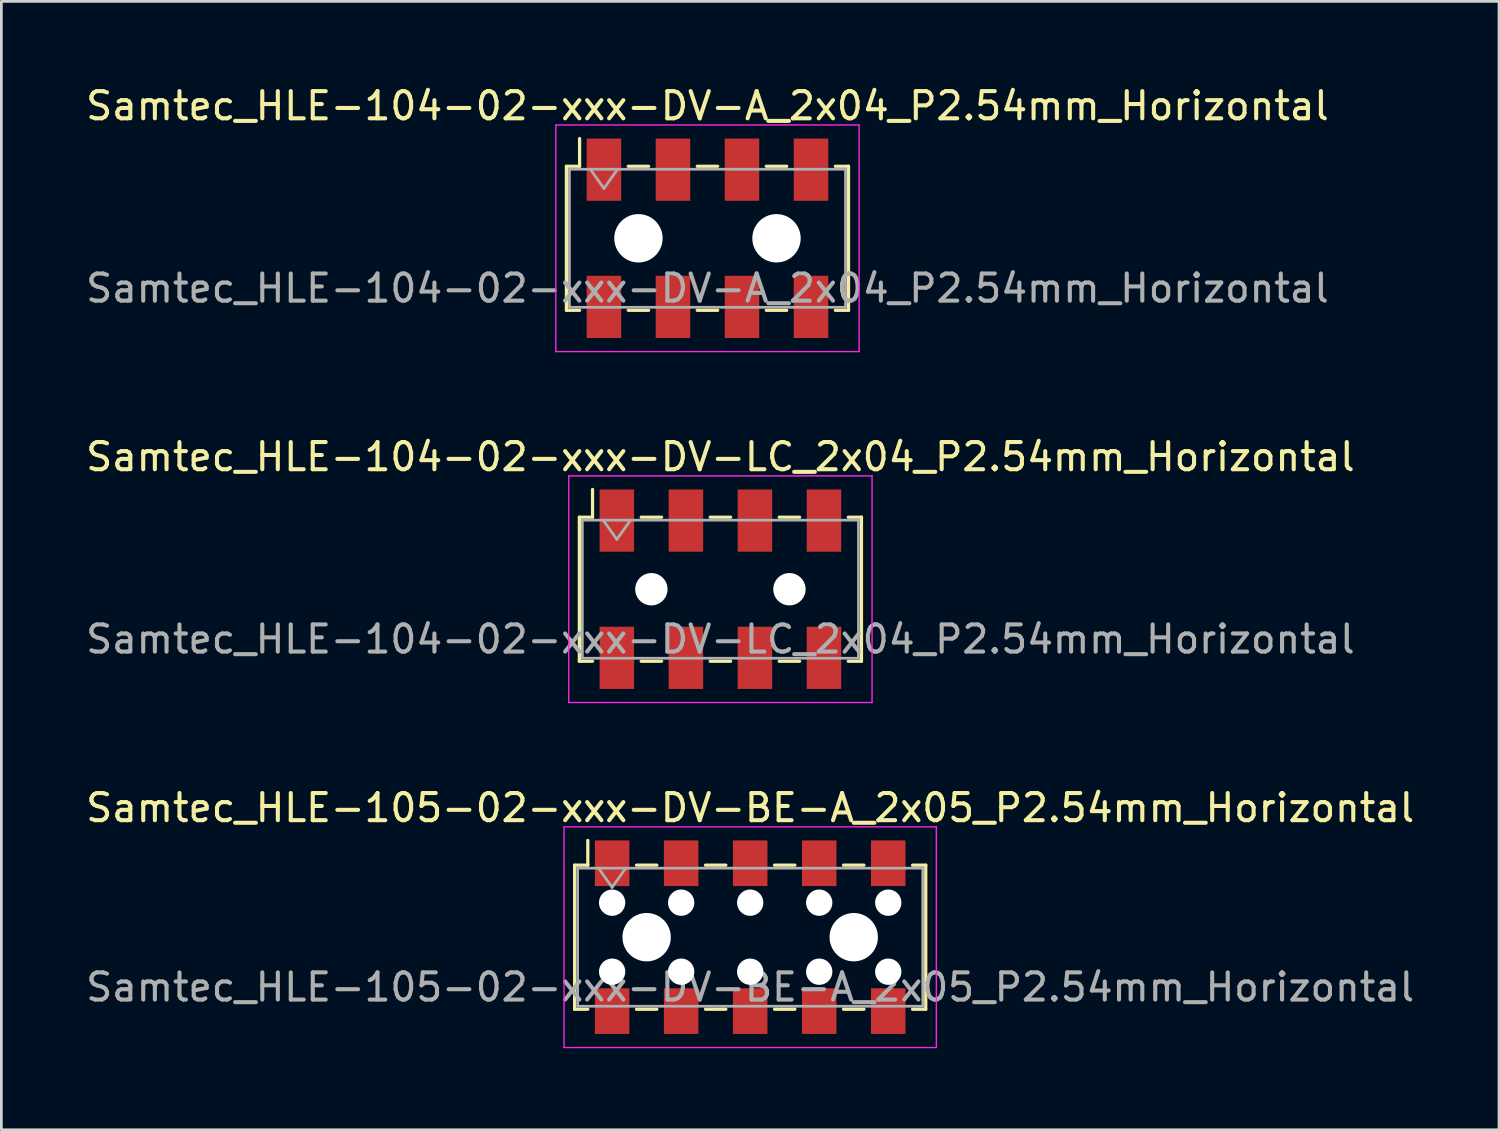
<source format=kicad_pcb>
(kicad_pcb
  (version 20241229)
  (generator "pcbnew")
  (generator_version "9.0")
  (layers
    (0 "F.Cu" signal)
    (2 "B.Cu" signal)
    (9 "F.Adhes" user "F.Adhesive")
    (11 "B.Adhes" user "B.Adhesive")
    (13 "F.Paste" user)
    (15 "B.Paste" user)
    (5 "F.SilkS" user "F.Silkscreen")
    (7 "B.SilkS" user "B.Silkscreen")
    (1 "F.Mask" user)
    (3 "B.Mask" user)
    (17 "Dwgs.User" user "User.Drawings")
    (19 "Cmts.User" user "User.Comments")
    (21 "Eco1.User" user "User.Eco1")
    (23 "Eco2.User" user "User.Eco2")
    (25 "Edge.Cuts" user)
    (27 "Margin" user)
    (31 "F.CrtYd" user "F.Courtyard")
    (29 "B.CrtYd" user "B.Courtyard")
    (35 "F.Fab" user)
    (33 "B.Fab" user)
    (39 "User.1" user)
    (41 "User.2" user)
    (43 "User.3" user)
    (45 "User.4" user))
  (footprint "Samtec_HLE-104-02-xxx-DV-LC_2x04_P2.54mm_Horizontal"
    (layer "F.Cu")
    (at 23.458 18.631)
    (property "Reference" "Samtec_HLE-104-02-xxx-DV-LC_2x04_P2.54mm_Horizontal" (at 0 -4.87 0) (layer "F.SilkS") (effects (font (size 1 1) (thickness 0.15))))
    (attr smd)
    (fp_line (start -5.19 -2.65) (end -5.19 2.65) (stroke (width 0.12) (type solid)) (layer "F.SilkS"))
    (fp_line (start -5.19 2.65) (end -4.705 2.65) (stroke (width 0.12) (type solid)) (layer "F.SilkS"))
    (fp_line (start -4.705 -3.67) (end -4.705 -2.65) (stroke (width 0.12) (type solid)) (layer "F.SilkS"))
    (fp_line (start -4.705 -2.65) (end -5.19 -2.65) (stroke (width 0.12) (type solid)) (layer "F.SilkS"))
    (fp_line (start -2.915 -2.65) (end -2.165 -2.65) (stroke (width 0.12) (type solid)) (layer "F.SilkS"))
    (fp_line (start -2.915 2.65) (end -2.165 2.65) (stroke (width 0.12) (type solid)) (layer "F.SilkS"))
    (fp_line (start -0.375 -2.65) (end 0.375 -2.65) (stroke (width 0.12) (type solid)) (layer "F.SilkS"))
    (fp_line (start -0.375 2.65) (end 0.375 2.65) (stroke (width 0.12) (type solid)) (layer "F.SilkS"))
    (fp_line (start 2.165 -2.65) (end 2.915 -2.65) (stroke (width 0.12) (type solid)) (layer "F.SilkS"))
    (fp_line (start 2.165 2.65) (end 2.915 2.65) (stroke (width 0.12) (type solid)) (layer "F.SilkS"))
    (fp_line (start 4.705 -2.65) (end 5.19 -2.65) (stroke (width 0.12) (type solid)) (layer "F.SilkS"))
    (fp_line (start 5.19 -2.65) (end 5.19 2.65) (stroke (width 0.12) (type solid)) (layer "F.SilkS"))
    (fp_line (start 5.19 2.65) (end 4.705 2.65) (stroke (width 0.12) (type solid)) (layer "F.SilkS"))
    (fp_line (start -5.58 -4.17) (end 5.58 -4.17) (stroke (width 0.05) (type solid)) (layer "F.CrtYd"))
    (fp_line (start -5.58 4.17) (end -5.58 -4.17) (stroke (width 0.05) (type solid)) (layer "F.CrtYd"))
    (fp_line (start 5.58 -4.17) (end 5.58 4.17) (stroke (width 0.05) (type solid)) (layer "F.CrtYd"))
    (fp_line (start 5.58 4.17) (end -5.58 4.17) (stroke (width 0.05) (type solid)) (layer "F.CrtYd"))
    (fp_line (start -5.08 -2.54) (end 5.08 -2.54) (stroke (width 0.1) (type solid)) (layer "F.Fab"))
    (fp_line (start -5.08 2.54) (end -5.08 -2.54) (stroke (width 0.1) (type solid)) (layer "F.Fab"))
    (fp_line (start -4.31 -2.54) (end -3.81 -1.833) (stroke (width 0.1) (type solid)) (layer "F.Fab"))
    (fp_line (start -3.81 -1.833) (end -3.31 -2.54) (stroke (width 0.1) (type solid)) (layer "F.Fab"))
    (fp_line (start 5.08 -2.54) (end 5.08 2.54) (stroke (width 0.1) (type solid)) (layer "F.Fab"))
    (fp_line (start 5.08 2.54) (end -5.08 2.54) (stroke (width 0.1) (type solid)) (layer "F.Fab"))
    (fp_text user "${REFERENCE}" (at 0 1.84 0) (layer "F.Fab") (effects (font (size 1 1) (thickness 0.15))))
    (pad "" np_thru_hole circle (at -2.54 0) (size 1.19 1.19) (drill 1.19) (layers "*.Cu" "*.Mask"))
    (pad "" np_thru_hole circle (at 2.54 0) (size 1.19 1.19) (drill 1.19) (layers "*.Cu" "*.Mask"))
    (pad "1" smd rect (at -3.81 -2.525) (size 1.27 2.29) (layers "F.Cu" "F.Mask" "F.Paste"))
    (pad "2" smd rect (at -3.81 2.525) (size 1.27 2.29) (layers "F.Cu" "F.Mask" "F.Paste"))
    (pad "3" smd rect (at -1.27 -2.525) (size 1.27 2.29) (layers "F.Cu" "F.Mask" "F.Paste"))
    (pad "4" smd rect (at -1.27 2.525) (size 1.27 2.29) (layers "F.Cu" "F.Mask" "F.Paste"))
    (pad "5" smd rect (at 1.27 -2.525) (size 1.27 2.29) (layers "F.Cu" "F.Mask" "F.Paste"))
    (pad "6" smd rect (at 1.27 2.525) (size 1.27 2.29) (layers "F.Cu" "F.Mask" "F.Paste"))
    (pad "7" smd rect (at 3.81 -2.525) (size 1.27 2.29) (layers "F.Cu" "F.Mask" "F.Paste"))
    (pad "8" smd rect (at 3.81 2.525) (size 1.27 2.29) (layers "F.Cu" "F.Mask" "F.Paste")))
  (footprint "Samtec_HLE-105-02-xxx-DV-BE-A_2x05_P2.54mm_Horizontal"
    (layer "F.Cu")
    (at 24.554 31.435)
    (property "Reference" "Samtec_HLE-105-02-xxx-DV-BE-A_2x05_P2.54mm_Horizontal" (at 0 -4.76 0) (layer "F.SilkS") (effects (font (size 1 1) (thickness 0.15))))
    (attr smd)
    (fp_line (start -6.46 -2.65) (end -6.46 2.65) (stroke (width 0.12) (type solid)) (layer "F.SilkS"))
    (fp_line (start -6.46 2.65) (end -5.975 2.65) (stroke (width 0.12) (type solid)) (layer "F.SilkS"))
    (fp_line (start -5.975 -3.56) (end -5.975 -2.65) (stroke (width 0.12) (type solid)) (layer "F.SilkS"))
    (fp_line (start -5.975 -2.65) (end -6.46 -2.65) (stroke (width 0.12) (type solid)) (layer "F.SilkS"))
    (fp_line (start -4.185 -2.65) (end -3.435 -2.65) (stroke (width 0.12) (type solid)) (layer "F.SilkS"))
    (fp_line (start -4.185 2.65) (end -3.435 2.65) (stroke (width 0.12) (type solid)) (layer "F.SilkS"))
    (fp_line (start -1.645 -2.65) (end -0.895 -2.65) (stroke (width 0.12) (type solid)) (layer "F.SilkS"))
    (fp_line (start -1.645 2.65) (end -0.895 2.65) (stroke (width 0.12) (type solid)) (layer "F.SilkS"))
    (fp_line (start 0.895 -2.65) (end 1.645 -2.65) (stroke (width 0.12) (type solid)) (layer "F.SilkS"))
    (fp_line (start 0.895 2.65) (end 1.645 2.65) (stroke (width 0.12) (type solid)) (layer "F.SilkS"))
    (fp_line (start 3.435 -2.65) (end 4.185 -2.65) (stroke (width 0.12) (type solid)) (layer "F.SilkS"))
    (fp_line (start 3.435 2.65) (end 4.185 2.65) (stroke (width 0.12) (type solid)) (layer "F.SilkS"))
    (fp_line (start 5.975 -2.65) (end 6.46 -2.65) (stroke (width 0.12) (type solid)) (layer "F.SilkS"))
    (fp_line (start 6.46 -2.65) (end 6.46 2.65) (stroke (width 0.12) (type solid)) (layer "F.SilkS"))
    (fp_line (start 6.46 2.65) (end 5.975 2.65) (stroke (width 0.12) (type solid)) (layer "F.SilkS"))
    (fp_line (start -6.85 -4.06) (end 6.85 -4.06) (stroke (width 0.05) (type solid)) (layer "F.CrtYd"))
    (fp_line (start -6.85 4.06) (end -6.85 -4.06) (stroke (width 0.05) (type solid)) (layer "F.CrtYd"))
    (fp_line (start 6.85 -4.06) (end 6.85 4.06) (stroke (width 0.05) (type solid)) (layer "F.CrtYd"))
    (fp_line (start 6.85 4.06) (end -6.85 4.06) (stroke (width 0.05) (type solid)) (layer "F.CrtYd"))
    (fp_line (start -6.35 -2.54) (end 6.35 -2.54) (stroke (width 0.1) (type solid)) (layer "F.Fab"))
    (fp_line (start -6.35 2.54) (end -6.35 -2.54) (stroke (width 0.1) (type solid)) (layer "F.Fab"))
    (fp_line (start -5.58 -2.54) (end -5.08 -1.833) (stroke (width 0.1) (type solid)) (layer "F.Fab"))
    (fp_line (start -5.08 -1.833) (end -4.58 -2.54) (stroke (width 0.1) (type solid)) (layer "F.Fab"))
    (fp_line (start 6.35 -2.54) (end 6.35 2.54) (stroke (width 0.1) (type solid)) (layer "F.Fab"))
    (fp_line (start 6.35 2.54) (end -6.35 2.54) (stroke (width 0.1) (type solid)) (layer "F.Fab"))
    (fp_text user "${REFERENCE}" (at 0 1.84 0) (layer "F.Fab") (effects (font (size 1 1) (thickness 0.15))))
    (pad "" np_thru_hole circle (at -5.08 -1.27) (size 0.97 0.97) (drill 0.97) (layers "*.Cu" "*.Mask"))
    (pad "" np_thru_hole circle (at -5.08 1.27) (size 0.97 0.97) (drill 0.97) (layers "*.Cu" "*.Mask"))
    (pad "" np_thru_hole circle (at -3.81 0) (size 1.78 1.78) (drill 1.78) (layers "*.Cu" "*.Mask"))
    (pad "" np_thru_hole circle (at -2.54 -1.27) (size 0.97 0.97) (drill 0.97) (layers "*.Cu" "*.Mask"))
    (pad "" np_thru_hole circle (at -2.54 1.27) (size 0.97 0.97) (drill 0.97) (layers "*.Cu" "*.Mask"))
    (pad "" np_thru_hole circle (at 0 -1.27) (size 0.97 0.97) (drill 0.97) (layers "*.Cu" "*.Mask"))
    (pad "" np_thru_hole circle (at 0 1.27) (size 0.97 0.97) (drill 0.97) (layers "*.Cu" "*.Mask"))
    (pad "" np_thru_hole circle (at 2.54 -1.27) (size 0.97 0.97) (drill 0.97) (layers "*.Cu" "*.Mask"))
    (pad "" np_thru_hole circle (at 2.54 1.27) (size 0.97 0.97) (drill 0.97) (layers "*.Cu" "*.Mask"))
    (pad "" np_thru_hole circle (at 3.81 0) (size 1.78 1.78) (drill 1.78) (layers "*.Cu" "*.Mask"))
    (pad "" np_thru_hole circle (at 5.08 -1.27) (size 0.97 0.97) (drill 0.97) (layers "*.Cu" "*.Mask"))
    (pad "" np_thru_hole circle (at 5.08 1.27) (size 0.97 0.97) (drill 0.97) (layers "*.Cu" "*.Mask"))
    (pad "1" smd rect (at -5.08 -2.72) (size 1.27 1.68) (layers "F.Cu" "F.Mask" "F.Paste"))
    (pad "2" smd rect (at -5.08 2.72) (size 1.27 1.68) (layers "F.Cu" "F.Mask" "F.Paste"))
    (pad "3" smd rect (at -2.54 -2.72) (size 1.27 1.68) (layers "F.Cu" "F.Mask" "F.Paste"))
    (pad "4" smd rect (at -2.54 2.72) (size 1.27 1.68) (layers "F.Cu" "F.Mask" "F.Paste"))
    (pad "5" smd rect (at 0 -2.72) (size 1.27 1.68) (layers "F.Cu" "F.Mask" "F.Paste"))
    (pad "6" smd rect (at 0 2.72) (size 1.27 1.68) (layers "F.Cu" "F.Mask" "F.Paste"))
    (pad "7" smd rect (at 2.54 -2.72) (size 1.27 1.68) (layers "F.Cu" "F.Mask" "F.Paste"))
    (pad "8" smd rect (at 2.54 2.72) (size 1.27 1.68) (layers "F.Cu" "F.Mask" "F.Paste"))
    (pad "9" smd rect (at 5.08 -2.72) (size 1.27 1.68) (layers "F.Cu" "F.Mask" "F.Paste"))
    (pad "10" smd rect (at 5.08 2.72) (size 1.27 1.68) (layers "F.Cu" "F.Mask" "F.Paste")))
  (footprint "Samtec_HLE-104-02-xxx-DV-A_2x04_P2.54mm_Horizontal"
    (layer "F.Cu")
    (at 22.982 5.718)
    (property "Reference" "Samtec_HLE-104-02-xxx-DV-A_2x04_P2.54mm_Horizontal" (at 0 -4.87 0) (layer "F.SilkS") (effects (font (size 1 1) (thickness 0.15))))
    (attr smd)
    (fp_line (start -5.19 -2.65) (end -5.19 2.65) (stroke (width 0.12) (type solid)) (layer "F.SilkS"))
    (fp_line (start -5.19 2.65) (end -4.705 2.65) (stroke (width 0.12) (type solid)) (layer "F.SilkS"))
    (fp_line (start -4.705 -3.67) (end -4.705 -2.65) (stroke (width 0.12) (type solid)) (layer "F.SilkS"))
    (fp_line (start -4.705 -2.65) (end -5.19 -2.65) (stroke (width 0.12) (type solid)) (layer "F.SilkS"))
    (fp_line (start -2.915 -2.65) (end -2.165 -2.65) (stroke (width 0.12) (type solid)) (layer "F.SilkS"))
    (fp_line (start -2.915 2.65) (end -2.165 2.65) (stroke (width 0.12) (type solid)) (layer "F.SilkS"))
    (fp_line (start -0.375 -2.65) (end 0.375 -2.65) (stroke (width 0.12) (type solid)) (layer "F.SilkS"))
    (fp_line (start -0.375 2.65) (end 0.375 2.65) (stroke (width 0.12) (type solid)) (layer "F.SilkS"))
    (fp_line (start 2.165 -2.65) (end 2.915 -2.65) (stroke (width 0.12) (type solid)) (layer "F.SilkS"))
    (fp_line (start 2.165 2.65) (end 2.915 2.65) (stroke (width 0.12) (type solid)) (layer "F.SilkS"))
    (fp_line (start 4.705 -2.65) (end 5.19 -2.65) (stroke (width 0.12) (type solid)) (layer "F.SilkS"))
    (fp_line (start 5.19 -2.65) (end 5.19 2.65) (stroke (width 0.12) (type solid)) (layer "F.SilkS"))
    (fp_line (start 5.19 2.65) (end 4.705 2.65) (stroke (width 0.12) (type solid)) (layer "F.SilkS"))
    (fp_line (start -5.58 -4.17) (end 5.58 -4.17) (stroke (width 0.05) (type solid)) (layer "F.CrtYd"))
    (fp_line (start -5.58 4.17) (end -5.58 -4.17) (stroke (width 0.05) (type solid)) (layer "F.CrtYd"))
    (fp_line (start 5.58 -4.17) (end 5.58 4.17) (stroke (width 0.05) (type solid)) (layer "F.CrtYd"))
    (fp_line (start 5.58 4.17) (end -5.58 4.17) (stroke (width 0.05) (type solid)) (layer "F.CrtYd"))
    (fp_line (start -5.08 -2.54) (end 5.08 -2.54) (stroke (width 0.1) (type solid)) (layer "F.Fab"))
    (fp_line (start -5.08 2.54) (end -5.08 -2.54) (stroke (width 0.1) (type solid)) (layer "F.Fab"))
    (fp_line (start -4.31 -2.54) (end -3.81 -1.833) (stroke (width 0.1) (type solid)) (layer "F.Fab"))
    (fp_line (start -3.81 -1.833) (end -3.31 -2.54) (stroke (width 0.1) (type solid)) (layer "F.Fab"))
    (fp_line (start 5.08 -2.54) (end 5.08 2.54) (stroke (width 0.1) (type solid)) (layer "F.Fab"))
    (fp_line (start 5.08 2.54) (end -5.08 2.54) (stroke (width 0.1) (type solid)) (layer "F.Fab"))
    (fp_text user "${REFERENCE}" (at 0 1.84 0) (layer "F.Fab") (effects (font (size 1 1) (thickness 0.15))))
    (pad "" np_thru_hole circle (at -2.54 0) (size 1.78 1.78) (drill 1.78) (layers "*.Cu" "*.Mask"))
    (pad "" np_thru_hole circle (at 2.54 0) (size 1.78 1.78) (drill 1.78) (layers "*.Cu" "*.Mask"))
    (pad "1" smd rect (at -3.81 -2.525) (size 1.27 2.29) (layers "F.Cu" "F.Mask" "F.Paste"))
    (pad "2" smd rect (at -3.81 2.525) (size 1.27 2.29) (layers "F.Cu" "F.Mask" "F.Paste"))
    (pad "3" smd rect (at -1.27 -2.525) (size 1.27 2.29) (layers "F.Cu" "F.Mask" "F.Paste"))
    (pad "4" smd rect (at -1.27 2.525) (size 1.27 2.29) (layers "F.Cu" "F.Mask" "F.Paste"))
    (pad "5" smd rect (at 1.27 -2.525) (size 1.27 2.29) (layers "F.Cu" "F.Mask" "F.Paste"))
    (pad "6" smd rect (at 1.27 2.525) (size 1.27 2.29) (layers "F.Cu" "F.Mask" "F.Paste"))
    (pad "7" smd rect (at 3.81 -2.525) (size 1.27 2.29) (layers "F.Cu" "F.Mask" "F.Paste"))
    (pad "8" smd rect (at 3.81 2.525) (size 1.27 2.29) (layers "F.Cu" "F.Mask" "F.Paste")))
  (gr_rect
    (start -3 -3)
    (end 52.107 38.52)
    (stroke (width 0.1) (type default))
    (fill no)
    (layer "Edge.Cuts")))
</source>
